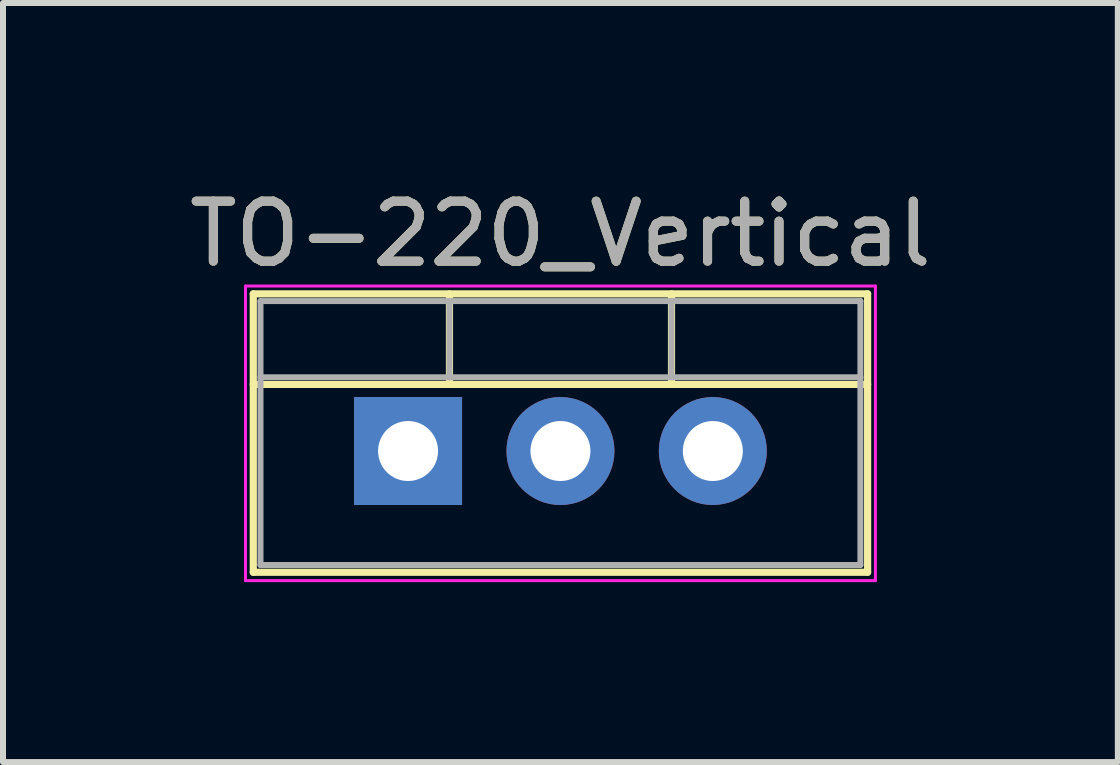
<source format=kicad_pcb>
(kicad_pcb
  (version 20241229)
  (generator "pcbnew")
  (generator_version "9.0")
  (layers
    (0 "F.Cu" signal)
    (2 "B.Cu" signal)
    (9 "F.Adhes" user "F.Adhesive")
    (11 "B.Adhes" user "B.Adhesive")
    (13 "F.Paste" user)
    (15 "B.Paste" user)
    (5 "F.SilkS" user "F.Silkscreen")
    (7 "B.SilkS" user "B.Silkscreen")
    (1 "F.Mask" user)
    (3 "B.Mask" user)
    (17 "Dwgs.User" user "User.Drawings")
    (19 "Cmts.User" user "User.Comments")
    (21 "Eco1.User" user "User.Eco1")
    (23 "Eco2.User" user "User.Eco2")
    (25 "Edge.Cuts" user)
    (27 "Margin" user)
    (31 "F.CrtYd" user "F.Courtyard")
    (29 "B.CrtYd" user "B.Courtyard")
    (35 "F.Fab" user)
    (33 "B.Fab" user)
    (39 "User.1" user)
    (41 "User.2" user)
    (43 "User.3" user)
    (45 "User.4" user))
  (footprint "TO-220_Vertical"
    (layer "F.Cu")
    (at 3.752 4.468)
    (property "Reference" "TO-220_Vertical" (at 2.54 -3.62 0) (layer "F.SilkS") (effects (font (size 1 1) (thickness 0.15))))
    (attr through_hole)
    (fp_line (start -2.58 -2.62) (end -2.58 2.021) (stroke (width 0.12) (type solid)) (layer "F.SilkS"))
    (fp_line (start -2.58 -2.62) (end 7.66 -2.62) (stroke (width 0.12) (type solid)) (layer "F.SilkS"))
    (fp_line (start -2.58 -1.11) (end 7.66 -1.11) (stroke (width 0.12) (type solid)) (layer "F.SilkS"))
    (fp_line (start -2.58 2.021) (end 7.66 2.021) (stroke (width 0.12) (type solid)) (layer "F.SilkS"))
    (fp_line (start 0.69 -2.62) (end 0.69 -1.11) (stroke (width 0.12) (type solid)) (layer "F.SilkS"))
    (fp_line (start 4.391 -2.62) (end 4.391 -1.11) (stroke (width 0.12) (type solid)) (layer "F.SilkS"))
    (fp_line (start 7.66 -2.62) (end 7.66 2.021) (stroke (width 0.12) (type solid)) (layer "F.SilkS"))
    (fp_line (start -2.71 -2.75) (end -2.71 2.16) (stroke (width 0.05) (type solid)) (layer "F.CrtYd"))
    (fp_line (start -2.71 2.16) (end 7.79 2.16) (stroke (width 0.05) (type solid)) (layer "F.CrtYd"))
    (fp_line (start 7.79 -2.75) (end -2.71 -2.75) (stroke (width 0.05) (type solid)) (layer "F.CrtYd"))
    (fp_line (start 7.79 2.16) (end 7.79 -2.75) (stroke (width 0.05) (type solid)) (layer "F.CrtYd"))
    (fp_line (start -2.46 -2.5) (end -2.46 1.9) (stroke (width 0.1) (type solid)) (layer "F.Fab"))
    (fp_line (start -2.46 -1.23) (end 7.54 -1.23) (stroke (width 0.1) (type solid)) (layer "F.Fab"))
    (fp_line (start -2.46 1.9) (end 7.54 1.9) (stroke (width 0.1) (type solid)) (layer "F.Fab"))
    (fp_line (start 0.69 -2.5) (end 0.69 -1.23) (stroke (width 0.1) (type solid)) (layer "F.Fab"))
    (fp_line (start 4.39 -2.5) (end 4.39 -1.23) (stroke (width 0.1) (type solid)) (layer "F.Fab"))
    (fp_line (start 7.54 -2.5) (end -2.46 -2.5) (stroke (width 0.1) (type solid)) (layer "F.Fab"))
    (fp_line (start 7.54 1.9) (end 7.54 -2.5) (stroke (width 0.1) (type solid)) (layer "F.Fab"))
    (fp_text user "${REFERENCE}" (at 2.54 -3.62 0) (layer "F.Fab") (effects (font (size 1 1) (thickness 0.15))))
    (pad "GND" thru_hole oval (at 2.54 0) (size 1.8 1.8) (drill 1) (layers "*.Cu" "*.Mask"))
    (pad "VI" thru_hole rect (at 0 0) (size 1.8 1.8) (drill 1) (layers "*.Cu" "*.Mask"))
    (pad "VO" thru_hole oval (at 5.08 0) (size 1.8 1.8) (drill 1) (layers "*.Cu" "*.Mask")))
  (gr_rect
    (start -3 -3)
    (end 15.583 9.653)
    (stroke (width 0.1) (type default))
    (fill no)
    (layer "Edge.Cuts")))
</source>
